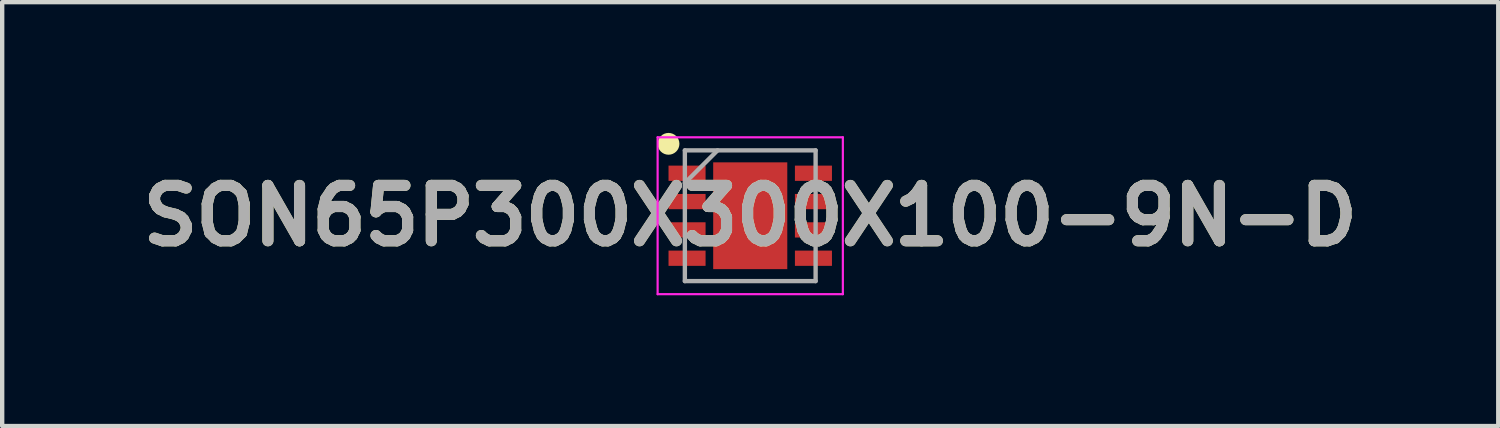
<source format=kicad_pcb>
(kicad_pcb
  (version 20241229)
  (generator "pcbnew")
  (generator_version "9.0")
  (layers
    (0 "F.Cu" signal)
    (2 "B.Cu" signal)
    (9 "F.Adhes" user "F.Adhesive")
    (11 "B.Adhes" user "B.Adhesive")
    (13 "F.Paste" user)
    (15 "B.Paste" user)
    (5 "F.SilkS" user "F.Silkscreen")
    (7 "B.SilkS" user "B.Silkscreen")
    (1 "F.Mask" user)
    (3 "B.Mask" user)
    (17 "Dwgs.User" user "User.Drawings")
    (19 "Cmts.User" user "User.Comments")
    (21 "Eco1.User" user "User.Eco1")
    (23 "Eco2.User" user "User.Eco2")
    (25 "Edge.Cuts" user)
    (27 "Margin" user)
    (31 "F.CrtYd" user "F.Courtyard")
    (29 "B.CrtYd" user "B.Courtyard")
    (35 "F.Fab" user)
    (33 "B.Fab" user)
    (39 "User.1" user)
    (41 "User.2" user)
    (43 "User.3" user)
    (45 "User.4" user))
  (footprint "SON65P300X300X100-9N-D"
    (layer "F.Cu")
    (at 14.164 1.9)
    (property "Reference" "SON65P300X300X100-9N-D" (at 0 0 0) (layer "F.SilkS") (effects (font (size 1.27 1.27) (thickness 0.254))))
    (attr smd)
    (fp_circle (center -1.875 -1.65) (end -1.875 -1.525) (stroke (width 0.25) (type solid)) (fill no) (layer "F.SilkS"))
    (fp_line (start -2.125 -1.8) (end 2.125 -1.8) (stroke (width 0.05) (type solid)) (layer "F.CrtYd"))
    (fp_line (start -2.125 1.8) (end -2.125 -1.8) (stroke (width 0.05) (type solid)) (layer "F.CrtYd"))
    (fp_line (start 2.125 -1.8) (end 2.125 1.8) (stroke (width 0.05) (type solid)) (layer "F.CrtYd"))
    (fp_line (start 2.125 1.8) (end -2.125 1.8) (stroke (width 0.05) (type solid)) (layer "F.CrtYd"))
    (fp_line (start -1.5 -1.5) (end 1.5 -1.5) (stroke (width 0.1) (type solid)) (layer "F.Fab"))
    (fp_line (start -1.5 -0.75) (end -0.75 -1.5) (stroke (width 0.1) (type solid)) (layer "F.Fab"))
    (fp_line (start -1.5 1.5) (end -1.5 -1.5) (stroke (width 0.1) (type solid)) (layer "F.Fab"))
    (fp_line (start 1.5 -1.5) (end 1.5 1.5) (stroke (width 0.1) (type solid)) (layer "F.Fab"))
    (fp_line (start 1.5 1.5) (end -1.5 1.5) (stroke (width 0.1) (type solid)) (layer "F.Fab"))
    (fp_text user "${REFERENCE}" (at 0 0 0) (layer "F.Fab") (effects (font (size 1.27 1.27) (thickness 0.254))))
    (pad "1" smd rect (at -1.45 -0.975 90) (size 0.35 0.85) (layers "F.Cu" "F.Mask" "F.Paste"))
    (pad "2" smd rect (at -1.45 -0.325 90) (size 0.35 0.85) (layers "F.Cu" "F.Mask" "F.Paste"))
    (pad "3" smd rect (at -1.45 0.325 90) (size 0.35 0.85) (layers "F.Cu" "F.Mask" "F.Paste"))
    (pad "4" smd rect (at -1.45 0.975 90) (size 0.35 0.85) (layers "F.Cu" "F.Mask" "F.Paste"))
    (pad "5" smd rect (at 1.45 0.975 90) (size 0.35 0.85) (layers "F.Cu" "F.Mask" "F.Paste"))
    (pad "6" smd rect (at 1.45 0.325 90) (size 0.35 0.85) (layers "F.Cu" "F.Mask" "F.Paste"))
    (pad "7" smd rect (at 1.45 -0.325 90) (size 0.35 0.85) (layers "F.Cu" "F.Mask" "F.Paste"))
    (pad "8" smd rect (at 1.45 -0.975 90) (size 0.35 0.85) (layers "F.Cu" "F.Mask" "F.Paste"))
    (pad "9" smd rect (at 0 0) (size 1.7 2.45) (layers "F.Cu" "F.Mask" "F.Paste")))
  (gr_rect
    (start -3 -3)
    (end 31.327 6.725)
    (stroke (width 0.1) (type default))
    (fill no)
    (layer "Edge.Cuts")))
</source>
